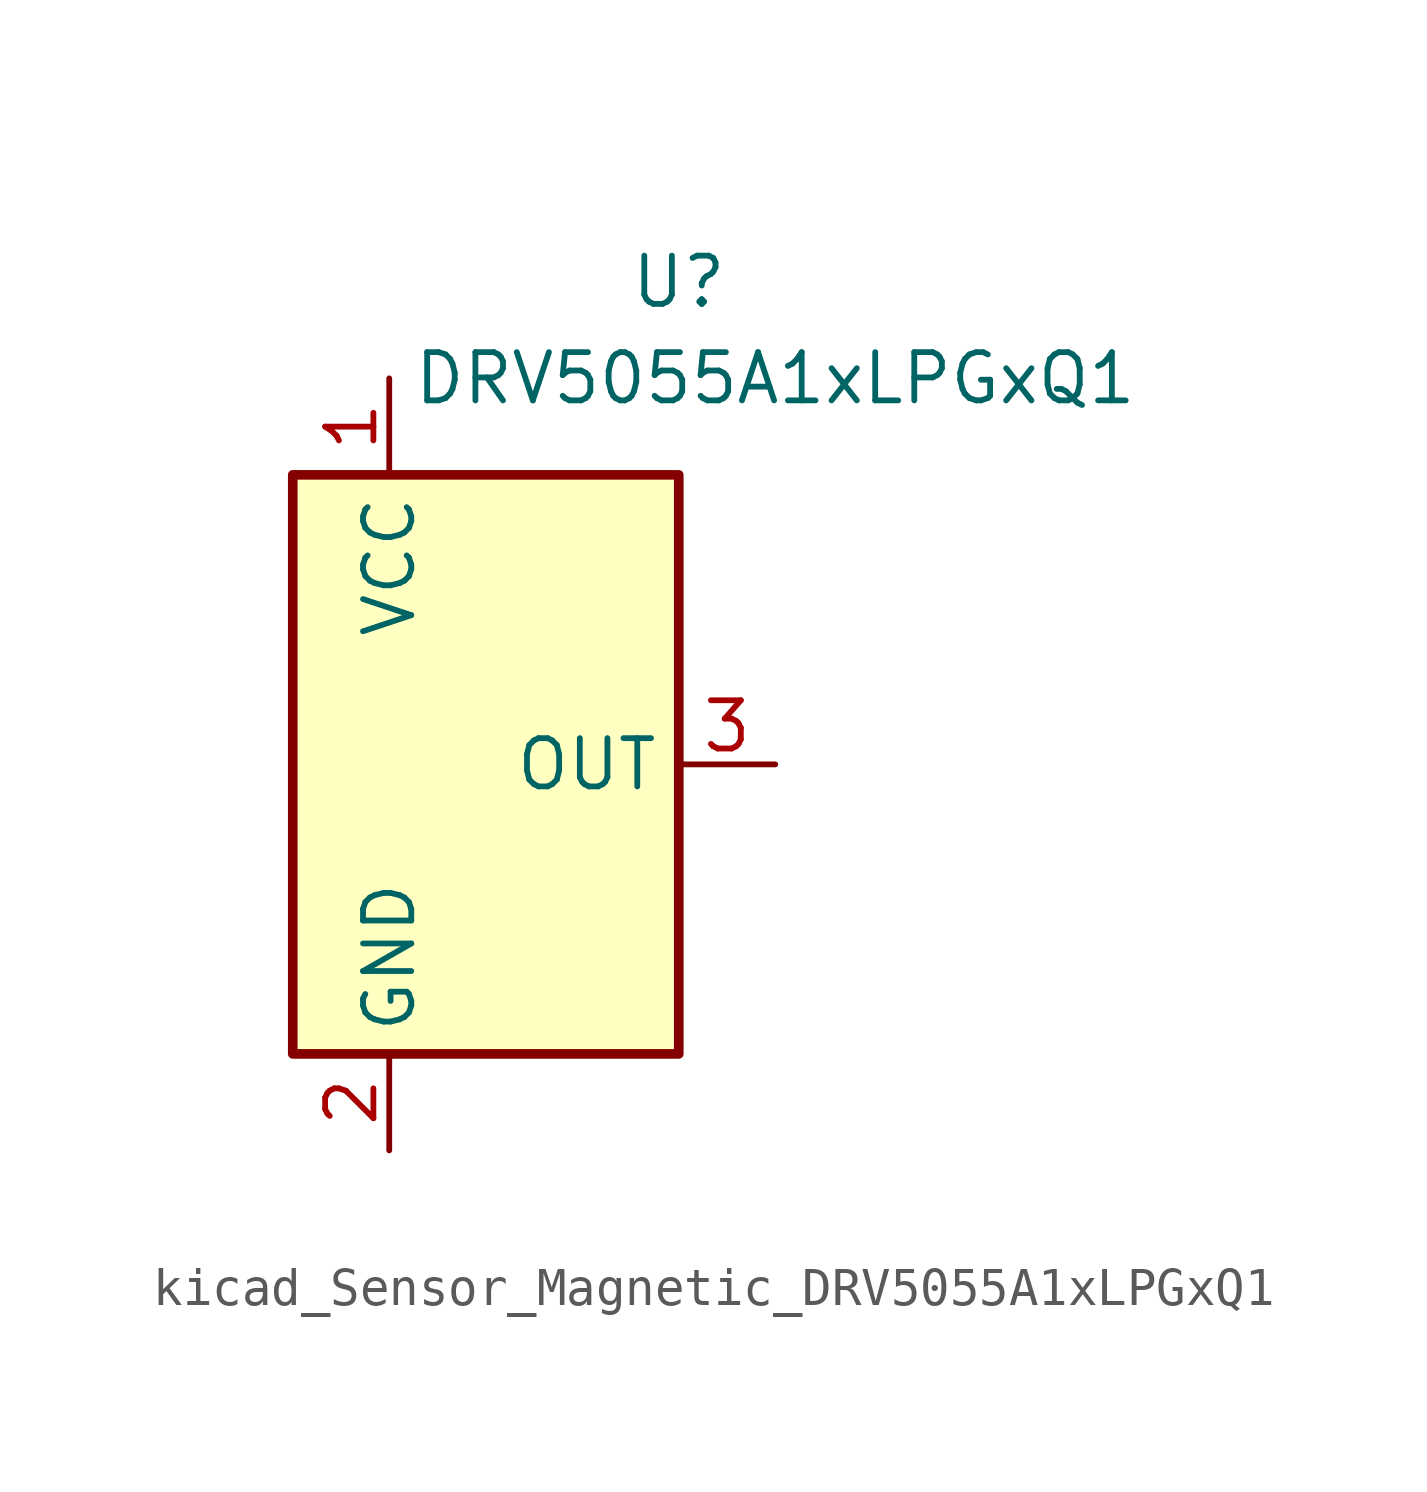
<source format=kicad_sym>
(kicad_symbol_lib
  (version 20220914)
  (generator kicad_symbol_editor)
  (symbol "kicad_Sensor_Magnetic_DRV5055A1xLPGxQ1"
    (property "Reference" "U"
      (at 5.08 12.7 0)
      (effects (font (size 1.27 1.27))))
    (property "Value" "DRV5055A1xLPGxQ1"
      (at 7.62 10.16 0)
      (effects (font (size 1.27 1.27))))
    (symbol "kicad_Sensor_Magnetic_DRV5055A1xLPGxQ1_1_1"
      (rectangle (start -5.08 7.62) (end 5.08 -7.62) (stroke (width 0.254) (type default)) (fill (type background)))
      (pin power_in line (at -2.54 10.16 270) (length 2.54) (name "VCC" (effects (font (size 1.27 1.27)))) (number "1" (effects (font (size 1.27 1.27)))))
      (pin power_in line (at -2.54 -10.16 90) (length 2.54) (name "GND" (effects (font (size 1.27 1.27)))) (number "2" (effects (font (size 1.27 1.27)))))
      (pin output line (at 7.62 0 180) (length 2.54) (name "OUT" (effects (font (size 1.27 1.27)))) (number "3" (effects (font (size 1.27 1.27))))))))
</source>
